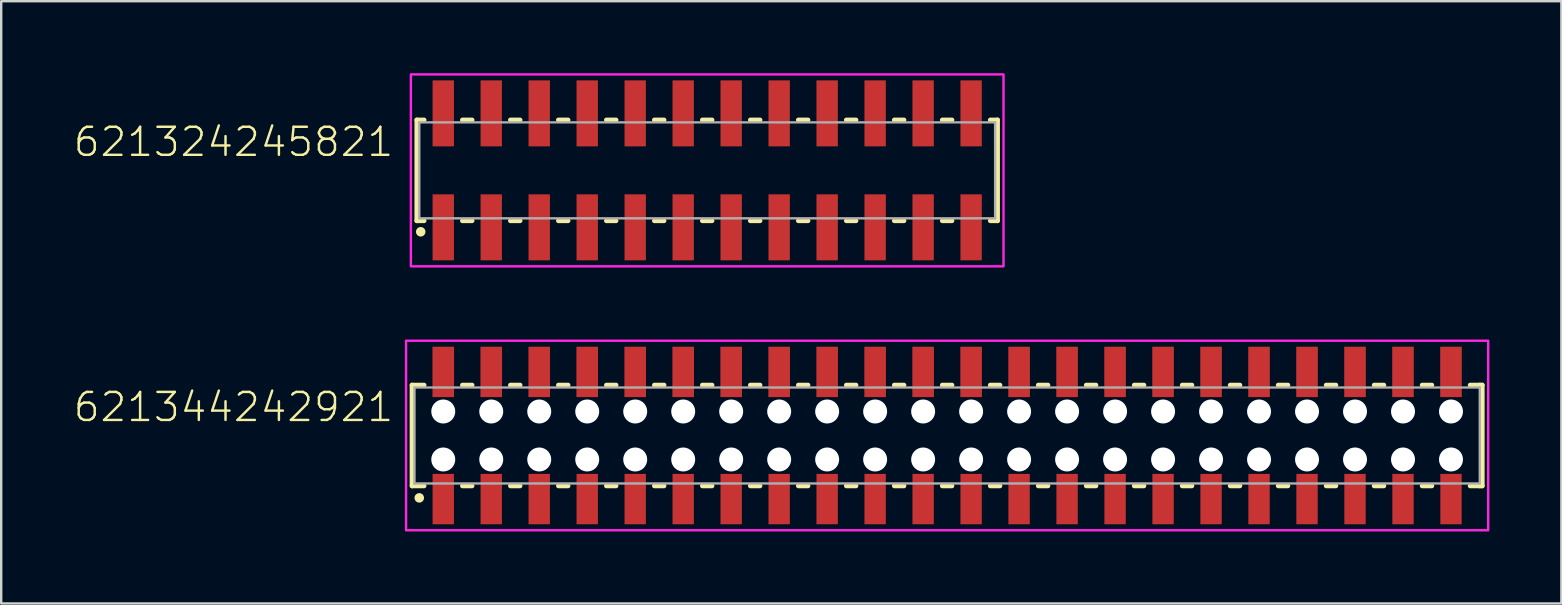
<source format=kicad_pcb>
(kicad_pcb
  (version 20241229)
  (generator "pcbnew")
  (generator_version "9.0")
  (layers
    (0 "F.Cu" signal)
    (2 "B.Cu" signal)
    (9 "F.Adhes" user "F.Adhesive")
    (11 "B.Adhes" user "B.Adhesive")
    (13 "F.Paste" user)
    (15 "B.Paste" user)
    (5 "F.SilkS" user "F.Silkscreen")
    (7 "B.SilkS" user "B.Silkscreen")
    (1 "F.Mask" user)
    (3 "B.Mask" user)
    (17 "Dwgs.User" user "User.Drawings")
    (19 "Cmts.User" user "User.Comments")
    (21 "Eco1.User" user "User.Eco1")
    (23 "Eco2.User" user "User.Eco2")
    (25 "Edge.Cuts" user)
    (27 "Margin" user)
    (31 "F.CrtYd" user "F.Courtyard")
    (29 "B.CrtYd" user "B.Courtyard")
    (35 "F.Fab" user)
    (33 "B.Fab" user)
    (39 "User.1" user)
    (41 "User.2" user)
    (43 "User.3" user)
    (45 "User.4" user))
  (footprint "621324245821"
    (layer "F.Cu")
    (at 26.424 4.05)
    (property "Reference" "621324245821" (at -13 -0.5 0) (unlocked yes) (layer "F.SilkS") (effects (font (size 1.168 1.168) (thickness 0.102)) (justify right bottom)))
    (fp_line (start -12.1 -2.1) (end -12.1 2.1) (stroke (width 0.2) (type solid)) (layer "F.SilkS"))
    (fp_line (start -12.1 2.1) (end -11.8 2.1) (stroke (width 0.2) (type solid)) (layer "F.SilkS"))
    (fp_line (start -11.8 -2.1) (end -12.1 -2.1) (stroke (width 0.2) (type solid)) (layer "F.SilkS"))
    (fp_line (start -10.2 -2.1) (end -9.8 -2.1) (stroke (width 0.2) (type solid)) (layer "F.SilkS"))
    (fp_line (start -9.8 2.1) (end -10.2 2.1) (stroke (width 0.2) (type solid)) (layer "F.SilkS"))
    (fp_line (start -8.2 -2.1) (end -7.8 -2.1) (stroke (width 0.2) (type solid)) (layer "F.SilkS"))
    (fp_line (start -7.8 2.1) (end -8.2 2.1) (stroke (width 0.2) (type solid)) (layer "F.SilkS"))
    (fp_line (start -6.2 -2.1) (end -5.8 -2.1) (stroke (width 0.2) (type solid)) (layer "F.SilkS"))
    (fp_line (start -5.8 2.1) (end -6.2 2.1) (stroke (width 0.2) (type solid)) (layer "F.SilkS"))
    (fp_line (start -4.2 -2.1) (end -3.8 -2.1) (stroke (width 0.2) (type solid)) (layer "F.SilkS"))
    (fp_line (start -3.8 2.1) (end -4.2 2.1) (stroke (width 0.2) (type solid)) (layer "F.SilkS"))
    (fp_line (start -2.2 -2.1) (end -1.8 -2.1) (stroke (width 0.2) (type solid)) (layer "F.SilkS"))
    (fp_line (start -1.8 2.1) (end -2.2 2.1) (stroke (width 0.2) (type solid)) (layer "F.SilkS"))
    (fp_line (start -0.2 -2.1) (end 0.2 -2.1) (stroke (width 0.2) (type solid)) (layer "F.SilkS"))
    (fp_line (start 0.2 2.1) (end -0.2 2.1) (stroke (width 0.2) (type solid)) (layer "F.SilkS"))
    (fp_line (start 1.8 -2.1) (end 2.2 -2.1) (stroke (width 0.2) (type solid)) (layer "F.SilkS"))
    (fp_line (start 2.2 2.1) (end 1.8 2.1) (stroke (width 0.2) (type solid)) (layer "F.SilkS"))
    (fp_line (start 3.8 -2.1) (end 4.2 -2.1) (stroke (width 0.2) (type solid)) (layer "F.SilkS"))
    (fp_line (start 4.2 2.1) (end 3.8 2.1) (stroke (width 0.2) (type solid)) (layer "F.SilkS"))
    (fp_line (start 5.8 -2.1) (end 6.2 -2.1) (stroke (width 0.2) (type solid)) (layer "F.SilkS"))
    (fp_line (start 6.2 2.1) (end 5.8 2.1) (stroke (width 0.2) (type solid)) (layer "F.SilkS"))
    (fp_line (start 7.8 -2.1) (end 8.2 -2.1) (stroke (width 0.2) (type solid)) (layer "F.SilkS"))
    (fp_line (start 8.2 2.1) (end 7.8 2.1) (stroke (width 0.2) (type solid)) (layer "F.SilkS"))
    (fp_line (start 9.8 -2.1) (end 10.2 -2.1) (stroke (width 0.2) (type solid)) (layer "F.SilkS"))
    (fp_line (start 10.2 2.1) (end 9.8 2.1) (stroke (width 0.2) (type solid)) (layer "F.SilkS"))
    (fp_line (start 11.8 -2.1) (end 12.1 -2.1) (stroke (width 0.2) (type solid)) (layer "F.SilkS"))
    (fp_line (start 12.1 -2.1) (end 12.1 2.1) (stroke (width 0.2) (type solid)) (layer "F.SilkS"))
    (fp_line (start 12.1 2.1) (end 11.8 2.1) (stroke (width 0.2) (type solid)) (layer "F.SilkS"))
    (fp_circle (center -11.94 2.56) (end -11.84 2.56) (stroke (width 0.2) (type solid)) (fill no) (layer "F.SilkS"))
    (fp_poly (pts (xy 12.35 4) (xy -12.35 4) (xy -12.35 -4) (xy 12.35 -4)) (stroke (width 0.1) (type default)) (fill no) (layer "F.CrtYd"))
    (fp_line (start -12 -2) (end 12 -2) (stroke (width 0.1) (type solid)) (layer "F.Fab"))
    (fp_line (start -12 2) (end -12 -2) (stroke (width 0.1) (type solid)) (layer "F.Fab"))
    (fp_line (start 12 -2) (end 12 2) (stroke (width 0.1) (type solid)) (layer "F.Fab"))
    (fp_line (start 12 2) (end -12 2) (stroke (width 0.1) (type solid)) (layer "F.Fab"))
    (pad "1" smd rect (at -11 2.375) (size 0.89 2.75) (layers "F.Cu" "F.Mask" "F.Paste"))
    (pad "2" smd rect (at -11 -2.375) (size 0.89 2.75) (layers "F.Cu" "F.Mask" "F.Paste"))
    (pad "3" smd rect (at -9 2.375) (size 0.89 2.75) (layers "F.Cu" "F.Mask" "F.Paste"))
    (pad "4" smd rect (at -9 -2.375) (size 0.89 2.75) (layers "F.Cu" "F.Mask" "F.Paste"))
    (pad "5" smd rect (at -7 2.375) (size 0.89 2.75) (layers "F.Cu" "F.Mask" "F.Paste"))
    (pad "6" smd rect (at -7 -2.375) (size 0.89 2.75) (layers "F.Cu" "F.Mask" "F.Paste"))
    (pad "7" smd rect (at -5 2.375) (size 0.89 2.75) (layers "F.Cu" "F.Mask" "F.Paste"))
    (pad "8" smd rect (at -5 -2.375) (size 0.89 2.75) (layers "F.Cu" "F.Mask" "F.Paste"))
    (pad "9" smd rect (at -3 2.375) (size 0.89 2.75) (layers "F.Cu" "F.Mask" "F.Paste"))
    (pad "10" smd rect (at -3 -2.375) (size 0.89 2.75) (layers "F.Cu" "F.Mask" "F.Paste"))
    (pad "11" smd rect (at -1 2.375) (size 0.89 2.75) (layers "F.Cu" "F.Mask" "F.Paste"))
    (pad "12" smd rect (at -1 -2.375) (size 0.89 2.75) (layers "F.Cu" "F.Mask" "F.Paste"))
    (pad "13" smd rect (at 1 2.375) (size 0.89 2.75) (layers "F.Cu" "F.Mask" "F.Paste"))
    (pad "14" smd rect (at 1 -2.375) (size 0.89 2.75) (layers "F.Cu" "F.Mask" "F.Paste"))
    (pad "15" smd rect (at 3 2.375) (size 0.89 2.75) (layers "F.Cu" "F.Mask" "F.Paste"))
    (pad "16" smd rect (at 3 -2.375) (size 0.89 2.75) (layers "F.Cu" "F.Mask" "F.Paste"))
    (pad "17" smd rect (at 5 2.375) (size 0.89 2.75) (layers "F.Cu" "F.Mask" "F.Paste"))
    (pad "18" smd rect (at 5 -2.375) (size 0.89 2.75) (layers "F.Cu" "F.Mask" "F.Paste"))
    (pad "19" smd rect (at 7 2.375) (size 0.89 2.75) (layers "F.Cu" "F.Mask" "F.Paste"))
    (pad "20" smd rect (at 7 -2.375) (size 0.89 2.75) (layers "F.Cu" "F.Mask" "F.Paste"))
    (pad "21" smd rect (at 9 2.375) (size 0.89 2.75) (layers "F.Cu" "F.Mask" "F.Paste"))
    (pad "22" smd rect (at 9 -2.375) (size 0.89 2.75) (layers "F.Cu" "F.Mask" "F.Paste"))
    (pad "23" smd rect (at 11 2.375) (size 0.89 2.75) (layers "F.Cu" "F.Mask" "F.Paste"))
    (pad "24" smd rect (at 11 -2.375) (size 0.89 2.75) (layers "F.Cu" "F.Mask" "F.Paste")))
  (footprint "621344242921"
    (layer "F.Cu")
    (at 36.424 15.1)
    (property "Reference" "621344242921" (at -23 -0.5 0) (unlocked yes) (layer "F.SilkS") (effects (font (size 1.168 1.168) (thickness 0.102)) (justify right bottom)))
    (fp_line (start -22.3 -2.1) (end -22.3 2.1) (stroke (width 0.2) (type solid)) (layer "F.SilkS"))
    (fp_line (start -22.3 2.1) (end -21.8 2.1) (stroke (width 0.2) (type solid)) (layer "F.SilkS"))
    (fp_line (start -21.8 -2.1) (end -22.3 -2.1) (stroke (width 0.2) (type solid)) (layer "F.SilkS"))
    (fp_line (start -20.2 2.1) (end -19.8 2.1) (stroke (width 0.2) (type solid)) (layer "F.SilkS"))
    (fp_line (start -19.8 -2.1) (end -20.2 -2.1) (stroke (width 0.2) (type solid)) (layer "F.SilkS"))
    (fp_line (start -18.2 2.1) (end -17.8 2.1) (stroke (width 0.2) (type solid)) (layer "F.SilkS"))
    (fp_line (start -17.8 -2.1) (end -18.2 -2.1) (stroke (width 0.2) (type solid)) (layer "F.SilkS"))
    (fp_line (start -16.2 2.1) (end -15.8 2.1) (stroke (width 0.2) (type solid)) (layer "F.SilkS"))
    (fp_line (start -15.8 -2.1) (end -16.2 -2.1) (stroke (width 0.2) (type solid)) (layer "F.SilkS"))
    (fp_line (start -14.2 2.1) (end -13.8 2.1) (stroke (width 0.2) (type solid)) (layer "F.SilkS"))
    (fp_line (start -13.8 -2.1) (end -14.2 -2.1) (stroke (width 0.2) (type solid)) (layer "F.SilkS"))
    (fp_line (start -12.2 2.1) (end -11.8 2.1) (stroke (width 0.2) (type solid)) (layer "F.SilkS"))
    (fp_line (start -11.8 -2.1) (end -12.2 -2.1) (stroke (width 0.2) (type solid)) (layer "F.SilkS"))
    (fp_line (start -10.2 2.1) (end -9.8 2.1) (stroke (width 0.2) (type solid)) (layer "F.SilkS"))
    (fp_line (start -9.8 -2.1) (end -10.2 -2.1) (stroke (width 0.2) (type solid)) (layer "F.SilkS"))
    (fp_line (start -8.2 2.1) (end -7.8 2.1) (stroke (width 0.2) (type solid)) (layer "F.SilkS"))
    (fp_line (start -7.8 -2.1) (end -8.2 -2.1) (stroke (width 0.2) (type solid)) (layer "F.SilkS"))
    (fp_line (start -6.2 2.1) (end -5.8 2.1) (stroke (width 0.2) (type solid)) (layer "F.SilkS"))
    (fp_line (start -5.8 -2.1) (end -6.2 -2.1) (stroke (width 0.2) (type solid)) (layer "F.SilkS"))
    (fp_line (start -4.2 2.1) (end -3.8 2.1) (stroke (width 0.2) (type solid)) (layer "F.SilkS"))
    (fp_line (start -3.8 -2.1) (end -4.2 -2.1) (stroke (width 0.2) (type solid)) (layer "F.SilkS"))
    (fp_line (start -2.2 2.1) (end -1.8 2.1) (stroke (width 0.2) (type solid)) (layer "F.SilkS"))
    (fp_line (start -1.8 -2.1) (end -2.2 -2.1) (stroke (width 0.2) (type solid)) (layer "F.SilkS"))
    (fp_line (start -0.2 2.1) (end 0.2 2.1) (stroke (width 0.2) (type solid)) (layer "F.SilkS"))
    (fp_line (start 0.2 -2.1) (end -0.2 -2.1) (stroke (width 0.2) (type solid)) (layer "F.SilkS"))
    (fp_line (start 1.8 2.1) (end 2.2 2.1) (stroke (width 0.2) (type solid)) (layer "F.SilkS"))
    (fp_line (start 2.2 -2.1) (end 1.8 -2.1) (stroke (width 0.2) (type solid)) (layer "F.SilkS"))
    (fp_line (start 3.8 2.1) (end 4.2 2.1) (stroke (width 0.2) (type solid)) (layer "F.SilkS"))
    (fp_line (start 4.2 -2.1) (end 3.8 -2.1) (stroke (width 0.2) (type solid)) (layer "F.SilkS"))
    (fp_line (start 5.8 2.1) (end 6.2 2.1) (stroke (width 0.2) (type solid)) (layer "F.SilkS"))
    (fp_line (start 6.2 -2.1) (end 5.8 -2.1) (stroke (width 0.2) (type solid)) (layer "F.SilkS"))
    (fp_line (start 7.8 2.1) (end 8.2 2.1) (stroke (width 0.2) (type solid)) (layer "F.SilkS"))
    (fp_line (start 8.2 -2.1) (end 7.8 -2.1) (stroke (width 0.2) (type solid)) (layer "F.SilkS"))
    (fp_line (start 9.8 2.1) (end 10.2 2.1) (stroke (width 0.2) (type solid)) (layer "F.SilkS"))
    (fp_line (start 10.2 -2.1) (end 9.8 -2.1) (stroke (width 0.2) (type solid)) (layer "F.SilkS"))
    (fp_line (start 11.8 2.1) (end 12.2 2.1) (stroke (width 0.2) (type solid)) (layer "F.SilkS"))
    (fp_line (start 12.2 -2.1) (end 11.8 -2.1) (stroke (width 0.2) (type solid)) (layer "F.SilkS"))
    (fp_line (start 13.8 2.1) (end 14.2 2.1) (stroke (width 0.2) (type solid)) (layer "F.SilkS"))
    (fp_line (start 14.2 -2.1) (end 13.8 -2.1) (stroke (width 0.2) (type solid)) (layer "F.SilkS"))
    (fp_line (start 15.8 2.1) (end 16.2 2.1) (stroke (width 0.2) (type solid)) (layer "F.SilkS"))
    (fp_line (start 16.2 -2.1) (end 15.8 -2.1) (stroke (width 0.2) (type solid)) (layer "F.SilkS"))
    (fp_line (start 17.8 2.1) (end 18.2 2.1) (stroke (width 0.2) (type solid)) (layer "F.SilkS"))
    (fp_line (start 18.2 -2.1) (end 17.8 -2.1) (stroke (width 0.2) (type solid)) (layer "F.SilkS"))
    (fp_line (start 19.8 2.1) (end 20.2 2.1) (stroke (width 0.2) (type solid)) (layer "F.SilkS"))
    (fp_line (start 20.2 -2.1) (end 19.8 -2.1) (stroke (width 0.2) (type solid)) (layer "F.SilkS"))
    (fp_line (start 21.8 2.1) (end 22.2 2.1) (stroke (width 0.2) (type solid)) (layer "F.SilkS"))
    (fp_line (start 22.2 -2.1) (end 21.8 -2.1) (stroke (width 0.2) (type solid)) (layer "F.SilkS"))
    (fp_line (start 22.2 -2.1) (end 22.3 -2.1) (stroke (width 0.2) (type solid)) (layer "F.SilkS"))
    (fp_line (start 22.3 -2.1) (end 22.3 2.1) (stroke (width 0.2) (type solid)) (layer "F.SilkS"))
    (fp_line (start 22.3 2.1) (end 22.2 2.1) (stroke (width 0.2) (type solid)) (layer "F.SilkS"))
    (fp_circle (center -22 2.6) (end -21.9 2.6) (stroke (width 0.2) (type solid)) (fill no) (layer "F.SilkS"))
    (fp_poly (pts (xy 22.55 3.95) (xy -22.55 3.95) (xy -22.55 -3.95) (xy 22.55 -3.95)) (stroke (width 0.1) (type default)) (fill no) (layer "F.CrtYd"))
    (fp_line (start -22.2 -2) (end -22.2 2) (stroke (width 0.1) (type solid)) (layer "F.Fab"))
    (fp_line (start -22.2 2) (end 22.2 2) (stroke (width 0.1) (type solid)) (layer "F.Fab"))
    (fp_line (start 22.2 -2) (end -22.2 -2) (stroke (width 0.1) (type solid)) (layer "F.Fab"))
    (fp_line (start 22.2 2) (end 22.2 -2) (stroke (width 0.1) (type solid)) (layer "F.Fab"))
    (pad "" np_thru_hole circle (at -21 -1) (size 1 1) (drill 1) (layers "*.Cu" "*.Mask"))
    (pad "" np_thru_hole circle (at -21 1) (size 1 1) (drill 1) (layers "*.Cu" "*.Mask"))
    (pad "" np_thru_hole circle (at -19 -1) (size 1 1) (drill 1) (layers "*.Cu" "*.Mask"))
    (pad "" np_thru_hole circle (at -19 1) (size 1 1) (drill 1) (layers "*.Cu" "*.Mask"))
    (pad "" np_thru_hole circle (at -17 -1) (size 1 1) (drill 1) (layers "*.Cu" "*.Mask"))
    (pad "" np_thru_hole circle (at -17 1) (size 1 1) (drill 1) (layers "*.Cu" "*.Mask"))
    (pad "" np_thru_hole circle (at -15 -1) (size 1 1) (drill 1) (layers "*.Cu" "*.Mask"))
    (pad "" np_thru_hole circle (at -15 1) (size 1 1) (drill 1) (layers "*.Cu" "*.Mask"))
    (pad "" np_thru_hole circle (at -13 -1) (size 1 1) (drill 1) (layers "*.Cu" "*.Mask"))
    (pad "" np_thru_hole circle (at -13 1) (size 1 1) (drill 1) (layers "*.Cu" "*.Mask"))
    (pad "" np_thru_hole circle (at -11 -1) (size 1 1) (drill 1) (layers "*.Cu" "*.Mask"))
    (pad "" np_thru_hole circle (at -11 1) (size 1 1) (drill 1) (layers "*.Cu" "*.Mask"))
    (pad "" np_thru_hole circle (at -9 -1) (size 1 1) (drill 1) (layers "*.Cu" "*.Mask"))
    (pad "" np_thru_hole circle (at -9 1) (size 1 1) (drill 1) (layers "*.Cu" "*.Mask"))
    (pad "" np_thru_hole circle (at -7 -1) (size 1 1) (drill 1) (layers "*.Cu" "*.Mask"))
    (pad "" np_thru_hole circle (at -7 1) (size 1 1) (drill 1) (layers "*.Cu" "*.Mask"))
    (pad "" np_thru_hole circle (at -5 -1) (size 1 1) (drill 1) (layers "*.Cu" "*.Mask"))
    (pad "" np_thru_hole circle (at -5 1) (size 1 1) (drill 1) (layers "*.Cu" "*.Mask"))
    (pad "" np_thru_hole circle (at -3 -1) (size 1 1) (drill 1) (layers "*.Cu" "*.Mask"))
    (pad "" np_thru_hole circle (at -3 1) (size 1 1) (drill 1) (layers "*.Cu" "*.Mask"))
    (pad "" np_thru_hole circle (at -1 -1) (size 1 1) (drill 1) (layers "*.Cu" "*.Mask"))
    (pad "" np_thru_hole circle (at -1 1) (size 1 1) (drill 1) (layers "*.Cu" "*.Mask"))
    (pad "" np_thru_hole circle (at 1 -1) (size 1 1) (drill 1) (layers "*.Cu" "*.Mask"))
    (pad "" np_thru_hole circle (at 1 1) (size 1 1) (drill 1) (layers "*.Cu" "*.Mask"))
    (pad "" np_thru_hole circle (at 3 -1) (size 1 1) (drill 1) (layers "*.Cu" "*.Mask"))
    (pad "" np_thru_hole circle (at 3 1) (size 1 1) (drill 1) (layers "*.Cu" "*.Mask"))
    (pad "" np_thru_hole circle (at 5 -1) (size 1 1) (drill 1) (layers "*.Cu" "*.Mask"))
    (pad "" np_thru_hole circle (at 5 1) (size 1 1) (drill 1) (layers "*.Cu" "*.Mask"))
    (pad "" np_thru_hole circle (at 7 -1) (size 1 1) (drill 1) (layers "*.Cu" "*.Mask"))
    (pad "" np_thru_hole circle (at 7 1) (size 1 1) (drill 1) (layers "*.Cu" "*.Mask"))
    (pad "" np_thru_hole circle (at 9 -1) (size 1 1) (drill 1) (layers "*.Cu" "*.Mask"))
    (pad "" np_thru_hole circle (at 9 1) (size 1 1) (drill 1) (layers "*.Cu" "*.Mask"))
    (pad "" np_thru_hole circle (at 11 -1) (size 1 1) (drill 1) (layers "*.Cu" "*.Mask"))
    (pad "" np_thru_hole circle (at 11 1) (size 1 1) (drill 1) (layers "*.Cu" "*.Mask"))
    (pad "" np_thru_hole circle (at 13 -1) (size 1 1) (drill 1) (layers "*.Cu" "*.Mask"))
    (pad "" np_thru_hole circle (at 13 1) (size 1 1) (drill 1) (layers "*.Cu" "*.Mask"))
    (pad "" np_thru_hole circle (at 15 -1) (size 1 1) (drill 1) (layers "*.Cu" "*.Mask"))
    (pad "" np_thru_hole circle (at 15 1) (size 1 1) (drill 1) (layers "*.Cu" "*.Mask"))
    (pad "" np_thru_hole circle (at 17 -1) (size 1 1) (drill 1) (layers "*.Cu" "*.Mask"))
    (pad "" np_thru_hole circle (at 17 1) (size 1 1) (drill 1) (layers "*.Cu" "*.Mask"))
    (pad "" np_thru_hole circle (at 19 -1) (size 1 1) (drill 1) (layers "*.Cu" "*.Mask"))
    (pad "" np_thru_hole circle (at 19 1) (size 1 1) (drill 1) (layers "*.Cu" "*.Mask"))
    (pad "" np_thru_hole circle (at 21 -1) (size 1 1) (drill 1) (layers "*.Cu" "*.Mask"))
    (pad "" np_thru_hole circle (at 21 1) (size 1 1) (drill 1) (layers "*.Cu" "*.Mask"))
    (pad "1" smd rect (at -21 2.65) (size 0.89 2.1) (layers "F.Cu" "F.Mask" "F.Paste"))
    (pad "2" smd rect (at -21 -2.65) (size 0.9 2.1) (layers "F.Cu" "F.Mask" "F.Paste"))
    (pad "3" smd rect (at -19 2.65) (size 0.89 2.1) (layers "F.Cu" "F.Mask" "F.Paste"))
    (pad "4" smd rect (at -19 -2.65) (size 0.9 2.1) (layers "F.Cu" "F.Mask" "F.Paste"))
    (pad "5" smd rect (at -17 2.65) (size 0.89 2.1) (layers "F.Cu" "F.Mask" "F.Paste"))
    (pad "6" smd rect (at -17 -2.65) (size 0.9 2.1) (layers "F.Cu" "F.Mask" "F.Paste"))
    (pad "7" smd rect (at -15 2.65) (size 0.89 2.1) (layers "F.Cu" "F.Mask" "F.Paste"))
    (pad "8" smd rect (at -15 -2.65) (size 0.9 2.1) (layers "F.Cu" "F.Mask" "F.Paste"))
    (pad "9" smd rect (at -13 2.65) (size 0.89 2.1) (layers "F.Cu" "F.Mask" "F.Paste"))
    (pad "10" smd rect (at -13 -2.65) (size 0.9 2.1) (layers "F.Cu" "F.Mask" "F.Paste"))
    (pad "11" smd rect (at -11 2.65) (size 0.89 2.1) (layers "F.Cu" "F.Mask" "F.Paste"))
    (pad "12" smd rect (at -11 -2.65) (size 0.9 2.1) (layers "F.Cu" "F.Mask" "F.Paste"))
    (pad "13" smd rect (at -9 2.65) (size 0.89 2.1) (layers "F.Cu" "F.Mask" "F.Paste"))
    (pad "14" smd rect (at -9 -2.65) (size 0.9 2.1) (layers "F.Cu" "F.Mask" "F.Paste"))
    (pad "15" smd rect (at -7 2.65) (size 0.89 2.1) (layers "F.Cu" "F.Mask" "F.Paste"))
    (pad "16" smd rect (at -7 -2.65) (size 0.9 2.1) (layers "F.Cu" "F.Mask" "F.Paste"))
    (pad "17" smd rect (at -5 2.65) (size 0.89 2.1) (layers "F.Cu" "F.Mask" "F.Paste"))
    (pad "18" smd rect (at -5 -2.65) (size 0.9 2.1) (layers "F.Cu" "F.Mask" "F.Paste"))
    (pad "19" smd rect (at -3 2.65) (size 0.89 2.1) (layers "F.Cu" "F.Mask" "F.Paste"))
    (pad "20" smd rect (at -3 -2.65) (size 0.9 2.1) (layers "F.Cu" "F.Mask" "F.Paste"))
    (pad "21" smd rect (at -1 2.65) (size 0.89 2.1) (layers "F.Cu" "F.Mask" "F.Paste"))
    (pad "22" smd rect (at -1 -2.65) (size 0.9 2.1) (layers "F.Cu" "F.Mask" "F.Paste"))
    (pad "23" smd rect (at 1 2.65) (size 0.89 2.1) (layers "F.Cu" "F.Mask" "F.Paste"))
    (pad "24" smd rect (at 1 -2.65) (size 0.9 2.1) (layers "F.Cu" "F.Mask" "F.Paste"))
    (pad "25" smd rect (at 3 2.65) (size 0.89 2.1) (layers "F.Cu" "F.Mask" "F.Paste"))
    (pad "26" smd rect (at 3 -2.65) (size 0.9 2.1) (layers "F.Cu" "F.Mask" "F.Paste"))
    (pad "27" smd rect (at 5 2.65) (size 0.89 2.1) (layers "F.Cu" "F.Mask" "F.Paste"))
    (pad "28" smd rect (at 5 -2.65) (size 0.9 2.1) (layers "F.Cu" "F.Mask" "F.Paste"))
    (pad "29" smd rect (at 7 2.65) (size 0.89 2.1) (layers "F.Cu" "F.Mask" "F.Paste"))
    (pad "30" smd rect (at 7 -2.65) (size 0.9 2.1) (layers "F.Cu" "F.Mask" "F.Paste"))
    (pad "31" smd rect (at 9 2.65) (size 0.89 2.1) (layers "F.Cu" "F.Mask" "F.Paste"))
    (pad "32" smd rect (at 9 -2.65) (size 0.9 2.1) (layers "F.Cu" "F.Mask" "F.Paste"))
    (pad "33" smd rect (at 11 2.65) (size 0.89 2.1) (layers "F.Cu" "F.Mask" "F.Paste"))
    (pad "34" smd rect (at 11 -2.65) (size 0.9 2.1) (layers "F.Cu" "F.Mask" "F.Paste"))
    (pad "35" smd rect (at 13 2.65) (size 0.89 2.1) (layers "F.Cu" "F.Mask" "F.Paste"))
    (pad "36" smd rect (at 13 -2.65) (size 0.9 2.1) (layers "F.Cu" "F.Mask" "F.Paste"))
    (pad "37" smd rect (at 15 2.65) (size 0.89 2.1) (layers "F.Cu" "F.Mask" "F.Paste"))
    (pad "38" smd rect (at 15 -2.65) (size 0.9 2.1) (layers "F.Cu" "F.Mask" "F.Paste"))
    (pad "39" smd rect (at 17 2.65) (size 0.89 2.1) (layers "F.Cu" "F.Mask" "F.Paste"))
    (pad "40" smd rect (at 17 -2.65) (size 0.9 2.1) (layers "F.Cu" "F.Mask" "F.Paste"))
    (pad "41" smd rect (at 19 2.65) (size 0.89 2.1) (layers "F.Cu" "F.Mask" "F.Paste"))
    (pad "42" smd rect (at 19 -2.65) (size 0.9 2.1) (layers "F.Cu" "F.Mask" "F.Paste"))
    (pad "43" smd rect (at 21 2.65) (size 0.89 2.1) (layers "F.Cu" "F.Mask" "F.Paste"))
    (pad "44" smd rect (at 21 -2.65) (size 0.9 2.1) (layers "F.Cu" "F.Mask" "F.Paste")))
  (gr_rect
    (start -3 -3)
    (end 62.024 22.1)
    (stroke (width 0.1) (type default))
    (fill no)
    (layer "Edge.Cuts")))
</source>
